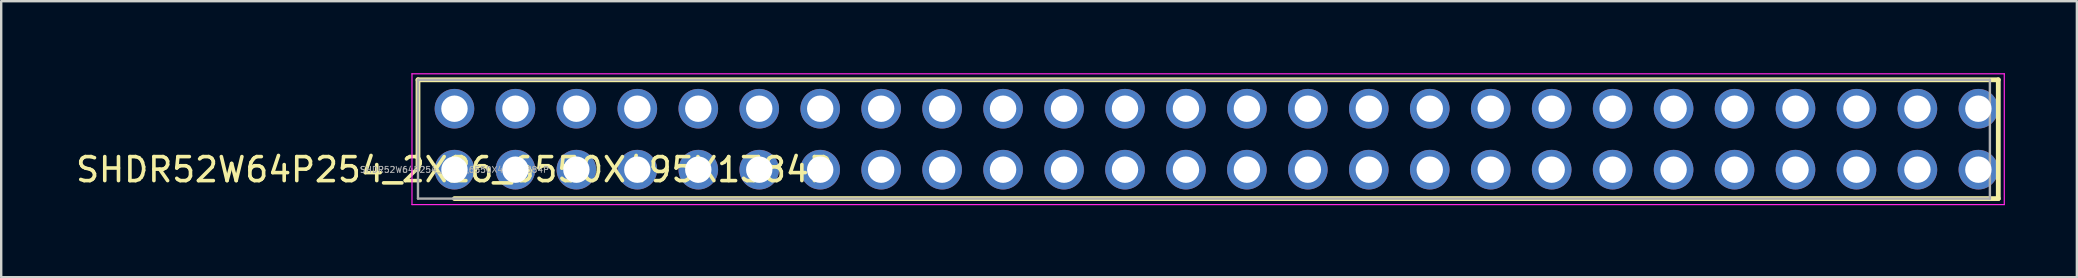
<source format=kicad_pcb>
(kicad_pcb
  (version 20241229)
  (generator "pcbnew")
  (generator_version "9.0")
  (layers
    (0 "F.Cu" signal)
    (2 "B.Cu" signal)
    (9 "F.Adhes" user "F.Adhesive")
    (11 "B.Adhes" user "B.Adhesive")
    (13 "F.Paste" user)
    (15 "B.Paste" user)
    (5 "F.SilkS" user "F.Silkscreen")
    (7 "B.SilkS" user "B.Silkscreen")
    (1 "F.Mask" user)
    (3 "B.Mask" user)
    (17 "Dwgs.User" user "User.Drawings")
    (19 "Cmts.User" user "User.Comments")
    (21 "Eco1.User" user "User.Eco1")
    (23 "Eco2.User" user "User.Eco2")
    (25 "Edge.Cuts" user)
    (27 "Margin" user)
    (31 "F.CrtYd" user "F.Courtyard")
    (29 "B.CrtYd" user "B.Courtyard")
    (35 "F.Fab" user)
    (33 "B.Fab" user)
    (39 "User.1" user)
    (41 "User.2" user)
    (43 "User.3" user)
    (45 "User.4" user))
  (footprint "SHDR52W64P254_2X26_6550X495X1384P"
    (layer "F.Cu")
    (at 15.887 4.045)
    (property "Reference" "SHDR52W64P254_2X26_6550X495X1384P" (at 0 -0.025 0) (layer "F.SilkS") (effects (font (size 1 1) (thickness 0.15))))
    (attr through_hole)
    (fp_line (start -1.52 -3.77) (end -1.52 -0.025) (stroke (width 0.2) (type solid)) (layer "F.SilkS"))
    (fp_line (start 0 1.18) (end 64.33 1.18) (stroke (width 0.2) (type solid)) (layer "F.SilkS"))
    (fp_line (start 64.33 -3.77) (end -1.52 -3.77) (stroke (width 0.2) (type solid)) (layer "F.SilkS"))
    (fp_line (start 64.33 1.18) (end 64.33 -3.77) (stroke (width 0.2) (type solid)) (layer "F.SilkS"))
    (fp_line (start -1.77 -4.02) (end -1.77 1.43) (stroke (width 0.05) (type solid)) (layer "F.CrtYd"))
    (fp_line (start -1.77 1.43) (end 64.58 1.43) (stroke (width 0.05) (type solid)) (layer "F.CrtYd"))
    (fp_line (start 64.58 -4.02) (end -1.77 -4.02) (stroke (width 0.05) (type solid)) (layer "F.CrtYd"))
    (fp_line (start 64.58 1.43) (end 64.58 -4.02) (stroke (width 0.05) (type solid)) (layer "F.CrtYd"))
    (fp_line (start -1.52 -3.77) (end -1.52 1.18) (stroke (width 0.1) (type solid)) (layer "F.Fab"))
    (fp_line (start -1.52 1.18) (end 63.98 1.18) (stroke (width 0.1) (type solid)) (layer "F.Fab"))
    (fp_line (start 63.98 -3.77) (end -1.52 -3.77) (stroke (width 0.1) (type solid)) (layer "F.Fab"))
    (fp_line (start 63.98 1.18) (end 63.98 -3.77) (stroke (width 0.1) (type solid)) (layer "F.Fab"))
    (fp_text user "${REFERENCE}" (at 0 -0.025 0) (layer "F.Fab") (effects (font (size 0.25 0.25) (thickness 0.04))))
    (pad "1" thru_hole circle (at 0 -0.025) (size 1.65 1.65) (drill 1.1) (layers "*.Cu" "*.Mask"))
    (pad "2" thru_hole circle (at 0 -2.565) (size 1.65 1.65) (drill 1.1) (layers "*.Cu" "*.Mask"))
    (pad "3" thru_hole circle (at 2.54 -0.025) (size 1.65 1.65) (drill 1.1) (layers "*.Cu" "*.Mask"))
    (pad "4" thru_hole circle (at 2.54 -2.565) (size 1.65 1.65) (drill 1.1) (layers "*.Cu" "*.Mask"))
    (pad "5" thru_hole circle (at 5.08 -0.025) (size 1.65 1.65) (drill 1.1) (layers "*.Cu" "*.Mask"))
    (pad "6" thru_hole circle (at 5.08 -2.565) (size 1.65 1.65) (drill 1.1) (layers "*.Cu" "*.Mask"))
    (pad "7" thru_hole circle (at 7.62 -0.025) (size 1.65 1.65) (drill 1.1) (layers "*.Cu" "*.Mask"))
    (pad "8" thru_hole circle (at 7.62 -2.565) (size 1.65 1.65) (drill 1.1) (layers "*.Cu" "*.Mask"))
    (pad "9" thru_hole circle (at 10.16 -0.025) (size 1.65 1.65) (drill 1.1) (layers "*.Cu" "*.Mask"))
    (pad "10" thru_hole circle (at 10.16 -2.565) (size 1.65 1.65) (drill 1.1) (layers "*.Cu" "*.Mask"))
    (pad "11" thru_hole circle (at 12.7 -0.025) (size 1.65 1.65) (drill 1.1) (layers "*.Cu" "*.Mask"))
    (pad "12" thru_hole circle (at 12.7 -2.565) (size 1.65 1.65) (drill 1.1) (layers "*.Cu" "*.Mask"))
    (pad "13" thru_hole circle (at 15.24 -0.025) (size 1.65 1.65) (drill 1.1) (layers "*.Cu" "*.Mask"))
    (pad "14" thru_hole circle (at 15.24 -2.565) (size 1.65 1.65) (drill 1.1) (layers "*.Cu" "*.Mask"))
    (pad "15" thru_hole circle (at 17.78 -0.025) (size 1.65 1.65) (drill 1.1) (layers "*.Cu" "*.Mask"))
    (pad "16" thru_hole circle (at 17.78 -2.565) (size 1.65 1.65) (drill 1.1) (layers "*.Cu" "*.Mask"))
    (pad "17" thru_hole circle (at 20.32 -0.025) (size 1.65 1.65) (drill 1.1) (layers "*.Cu" "*.Mask"))
    (pad "18" thru_hole circle (at 20.32 -2.565) (size 1.65 1.65) (drill 1.1) (layers "*.Cu" "*.Mask"))
    (pad "19" thru_hole circle (at 22.86 -0.025) (size 1.65 1.65) (drill 1.1) (layers "*.Cu" "*.Mask"))
    (pad "20" thru_hole circle (at 22.86 -2.565) (size 1.65 1.65) (drill 1.1) (layers "*.Cu" "*.Mask"))
    (pad "21" thru_hole circle (at 25.4 -0.025) (size 1.65 1.65) (drill 1.1) (layers "*.Cu" "*.Mask"))
    (pad "22" thru_hole circle (at 25.4 -2.565) (size 1.65 1.65) (drill 1.1) (layers "*.Cu" "*.Mask"))
    (pad "23" thru_hole circle (at 27.94 -0.025) (size 1.65 1.65) (drill 1.1) (layers "*.Cu" "*.Mask"))
    (pad "24" thru_hole circle (at 27.94 -2.565) (size 1.65 1.65) (drill 1.1) (layers "*.Cu" "*.Mask"))
    (pad "25" thru_hole circle (at 30.48 -0.025) (size 1.65 1.65) (drill 1.1) (layers "*.Cu" "*.Mask"))
    (pad "26" thru_hole circle (at 30.48 -2.565) (size 1.65 1.65) (drill 1.1) (layers "*.Cu" "*.Mask"))
    (pad "27" thru_hole circle (at 33.02 -0.025) (size 1.65 1.65) (drill 1.1) (layers "*.Cu" "*.Mask"))
    (pad "28" thru_hole circle (at 33.02 -2.565) (size 1.65 1.65) (drill 1.1) (layers "*.Cu" "*.Mask"))
    (pad "29" thru_hole circle (at 35.56 -0.025) (size 1.65 1.65) (drill 1.1) (layers "*.Cu" "*.Mask"))
    (pad "30" thru_hole circle (at 35.56 -2.565) (size 1.65 1.65) (drill 1.1) (layers "*.Cu" "*.Mask"))
    (pad "31" thru_hole circle (at 38.1 -0.025) (size 1.65 1.65) (drill 1.1) (layers "*.Cu" "*.Mask"))
    (pad "32" thru_hole circle (at 38.1 -2.565) (size 1.65 1.65) (drill 1.1) (layers "*.Cu" "*.Mask"))
    (pad "33" thru_hole circle (at 40.64 -0.025) (size 1.65 1.65) (drill 1.1) (layers "*.Cu" "*.Mask"))
    (pad "34" thru_hole circle (at 40.64 -2.565) (size 1.65 1.65) (drill 1.1) (layers "*.Cu" "*.Mask"))
    (pad "35" thru_hole circle (at 43.18 -0.025) (size 1.65 1.65) (drill 1.1) (layers "*.Cu" "*.Mask"))
    (pad "36" thru_hole circle (at 43.18 -2.565) (size 1.65 1.65) (drill 1.1) (layers "*.Cu" "*.Mask"))
    (pad "37" thru_hole circle (at 45.72 -0.025) (size 1.65 1.65) (drill 1.1) (layers "*.Cu" "*.Mask"))
    (pad "38" thru_hole circle (at 45.72 -2.565) (size 1.65 1.65) (drill 1.1) (layers "*.Cu" "*.Mask"))
    (pad "39" thru_hole circle (at 48.26 -0.025) (size 1.65 1.65) (drill 1.1) (layers "*.Cu" "*.Mask"))
    (pad "40" thru_hole circle (at 48.26 -2.565) (size 1.65 1.65) (drill 1.1) (layers "*.Cu" "*.Mask"))
    (pad "41" thru_hole circle (at 50.8 -0.025) (size 1.65 1.65) (drill 1.1) (layers "*.Cu" "*.Mask"))
    (pad "42" thru_hole circle (at 50.8 -2.565) (size 1.65 1.65) (drill 1.1) (layers "*.Cu" "*.Mask"))
    (pad "43" thru_hole circle (at 53.34 -0.025) (size 1.65 1.65) (drill 1.1) (layers "*.Cu" "*.Mask"))
    (pad "44" thru_hole circle (at 53.34 -2.565) (size 1.65 1.65) (drill 1.1) (layers "*.Cu" "*.Mask"))
    (pad "45" thru_hole circle (at 55.88 -0.025) (size 1.65 1.65) (drill 1.1) (layers "*.Cu" "*.Mask"))
    (pad "46" thru_hole circle (at 55.88 -2.565) (size 1.65 1.65) (drill 1.1) (layers "*.Cu" "*.Mask"))
    (pad "47" thru_hole circle (at 58.42 -0.025) (size 1.65 1.65) (drill 1.1) (layers "*.Cu" "*.Mask"))
    (pad "48" thru_hole circle (at 58.42 -2.565) (size 1.65 1.65) (drill 1.1) (layers "*.Cu" "*.Mask"))
    (pad "49" thru_hole circle (at 60.96 -0.025) (size 1.65 1.65) (drill 1.1) (layers "*.Cu" "*.Mask"))
    (pad "50" thru_hole circle (at 60.96 -2.565) (size 1.65 1.65) (drill 1.1) (layers "*.Cu" "*.Mask"))
    (pad "51" thru_hole circle (at 63.5 -0.025) (size 1.65 1.65) (drill 1.1) (layers "*.Cu" "*.Mask"))
    (pad "52" thru_hole circle (at 63.5 -2.565) (size 1.65 1.65) (drill 1.1) (layers "*.Cu" "*.Mask")))
  (gr_rect
    (start -3 -3)
    (end 83.492 8.5)
    (stroke (width 0.1) (type default))
    (fill no)
    (layer "Edge.Cuts")))
</source>
